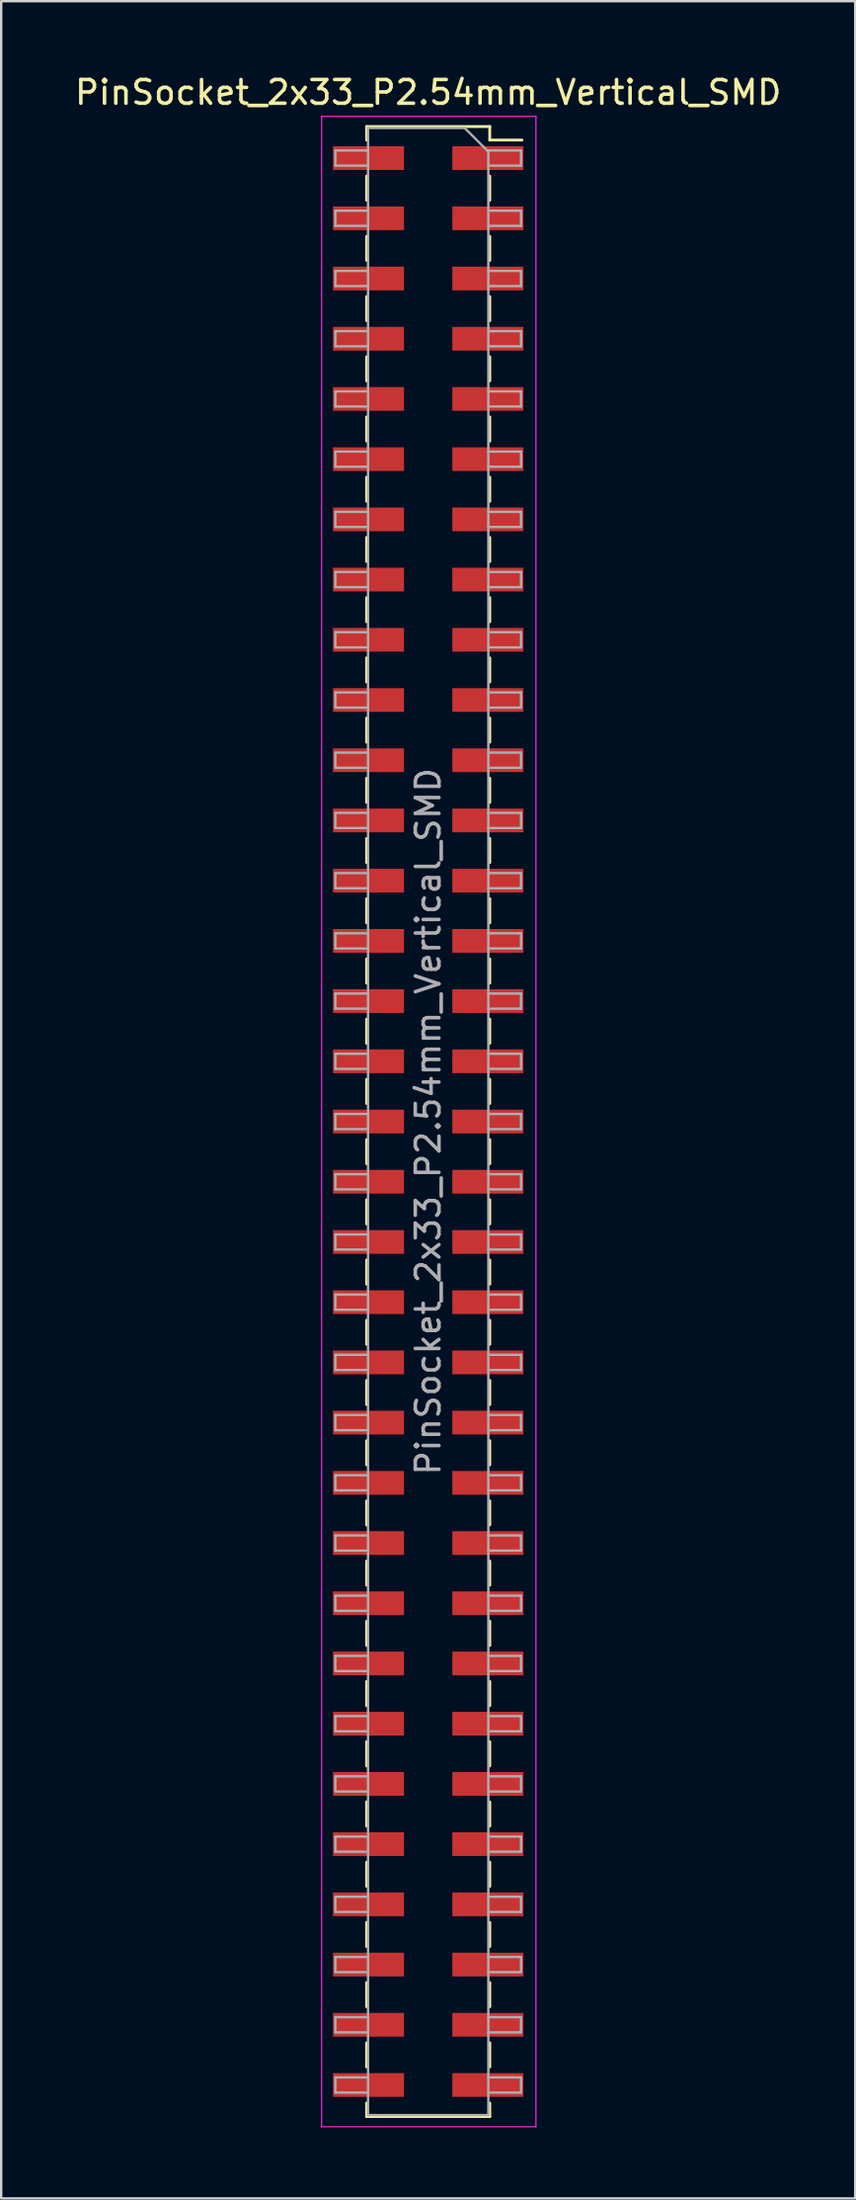
<source format=kicad_pcb>
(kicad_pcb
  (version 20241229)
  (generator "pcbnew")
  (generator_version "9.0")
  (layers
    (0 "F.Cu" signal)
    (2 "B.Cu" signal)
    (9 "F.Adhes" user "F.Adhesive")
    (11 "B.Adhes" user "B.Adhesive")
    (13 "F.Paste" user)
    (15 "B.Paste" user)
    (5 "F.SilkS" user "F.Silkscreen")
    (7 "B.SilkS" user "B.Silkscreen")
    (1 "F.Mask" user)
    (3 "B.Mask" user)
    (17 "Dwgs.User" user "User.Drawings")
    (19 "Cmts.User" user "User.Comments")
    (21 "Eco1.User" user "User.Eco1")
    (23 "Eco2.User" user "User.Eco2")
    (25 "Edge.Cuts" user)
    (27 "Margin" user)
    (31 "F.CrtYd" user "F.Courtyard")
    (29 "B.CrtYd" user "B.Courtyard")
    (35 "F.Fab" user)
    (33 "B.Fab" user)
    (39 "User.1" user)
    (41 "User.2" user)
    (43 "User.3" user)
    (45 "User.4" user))
  (footprint "PinSocket_2x33_P2.54mm_Vertical_SMD"
    (layer "F.Cu")
    (at 15.03 44.258)
    (property "Reference" "PinSocket_2x33_P2.54mm_Vertical_SMD" (at 0 -43.41 0) (layer "F.SilkS") (effects (font (size 1 1) (thickness 0.15))))
    (attr smd)
    (fp_line (start -2.6 -41.97) (end -2.6 -41.4) (stroke (width 0.12) (type solid)) (layer "F.SilkS"))
    (fp_line (start -2.6 -41.97) (end 2.6 -41.97) (stroke (width 0.12) (type solid)) (layer "F.SilkS"))
    (fp_line (start -2.6 -39.88) (end -2.6 -38.86) (stroke (width 0.12) (type solid)) (layer "F.SilkS"))
    (fp_line (start -2.6 -37.34) (end -2.6 -36.32) (stroke (width 0.12) (type solid)) (layer "F.SilkS"))
    (fp_line (start -2.6 -34.8) (end -2.6 -33.78) (stroke (width 0.12) (type solid)) (layer "F.SilkS"))
    (fp_line (start -2.6 -32.26) (end -2.6 -31.24) (stroke (width 0.12) (type solid)) (layer "F.SilkS"))
    (fp_line (start -2.6 -29.72) (end -2.6 -28.7) (stroke (width 0.12) (type solid)) (layer "F.SilkS"))
    (fp_line (start -2.6 -27.18) (end -2.6 -26.16) (stroke (width 0.12) (type solid)) (layer "F.SilkS"))
    (fp_line (start -2.6 -24.64) (end -2.6 -23.62) (stroke (width 0.12) (type solid)) (layer "F.SilkS"))
    (fp_line (start -2.6 -22.1) (end -2.6 -21.08) (stroke (width 0.12) (type solid)) (layer "F.SilkS"))
    (fp_line (start -2.6 -19.56) (end -2.6 -18.54) (stroke (width 0.12) (type solid)) (layer "F.SilkS"))
    (fp_line (start -2.6 -17.02) (end -2.6 -16) (stroke (width 0.12) (type solid)) (layer "F.SilkS"))
    (fp_line (start -2.6 -14.48) (end -2.6 -13.46) (stroke (width 0.12) (type solid)) (layer "F.SilkS"))
    (fp_line (start -2.6 -11.94) (end -2.6 -10.92) (stroke (width 0.12) (type solid)) (layer "F.SilkS"))
    (fp_line (start -2.6 -9.4) (end -2.6 -8.38) (stroke (width 0.12) (type solid)) (layer "F.SilkS"))
    (fp_line (start -2.6 -6.86) (end -2.6 -5.84) (stroke (width 0.12) (type solid)) (layer "F.SilkS"))
    (fp_line (start -2.6 -4.32) (end -2.6 -3.3) (stroke (width 0.12) (type solid)) (layer "F.SilkS"))
    (fp_line (start -2.6 -1.78) (end -2.6 -0.76) (stroke (width 0.12) (type solid)) (layer "F.SilkS"))
    (fp_line (start -2.6 0.76) (end -2.6 1.78) (stroke (width 0.12) (type solid)) (layer "F.SilkS"))
    (fp_line (start -2.6 3.3) (end -2.6 4.32) (stroke (width 0.12) (type solid)) (layer "F.SilkS"))
    (fp_line (start -2.6 5.84) (end -2.6 6.86) (stroke (width 0.12) (type solid)) (layer "F.SilkS"))
    (fp_line (start -2.6 8.38) (end -2.6 9.4) (stroke (width 0.12) (type solid)) (layer "F.SilkS"))
    (fp_line (start -2.6 10.92) (end -2.6 11.94) (stroke (width 0.12) (type solid)) (layer "F.SilkS"))
    (fp_line (start -2.6 13.46) (end -2.6 14.48) (stroke (width 0.12) (type solid)) (layer "F.SilkS"))
    (fp_line (start -2.6 16) (end -2.6 17.02) (stroke (width 0.12) (type solid)) (layer "F.SilkS"))
    (fp_line (start -2.6 18.54) (end -2.6 19.56) (stroke (width 0.12) (type solid)) (layer "F.SilkS"))
    (fp_line (start -2.6 21.08) (end -2.6 22.1) (stroke (width 0.12) (type solid)) (layer "F.SilkS"))
    (fp_line (start -2.6 23.62) (end -2.6 24.64) (stroke (width 0.12) (type solid)) (layer "F.SilkS"))
    (fp_line (start -2.6 26.16) (end -2.6 27.18) (stroke (width 0.12) (type solid)) (layer "F.SilkS"))
    (fp_line (start -2.6 28.7) (end -2.6 29.72) (stroke (width 0.12) (type solid)) (layer "F.SilkS"))
    (fp_line (start -2.6 31.24) (end -2.6 32.26) (stroke (width 0.12) (type solid)) (layer "F.SilkS"))
    (fp_line (start -2.6 33.78) (end -2.6 34.8) (stroke (width 0.12) (type solid)) (layer "F.SilkS"))
    (fp_line (start -2.6 36.32) (end -2.6 37.34) (stroke (width 0.12) (type solid)) (layer "F.SilkS"))
    (fp_line (start -2.6 38.86) (end -2.6 39.88) (stroke (width 0.12) (type solid)) (layer "F.SilkS"))
    (fp_line (start -2.6 41.4) (end -2.6 41.97) (stroke (width 0.12) (type solid)) (layer "F.SilkS"))
    (fp_line (start -2.6 41.97) (end 2.6 41.97) (stroke (width 0.12) (type solid)) (layer "F.SilkS"))
    (fp_line (start 2.6 -41.97) (end 2.6 -41.4) (stroke (width 0.12) (type solid)) (layer "F.SilkS"))
    (fp_line (start 2.6 -41.4) (end 3.96 -41.4) (stroke (width 0.12) (type solid)) (layer "F.SilkS"))
    (fp_line (start 2.6 -39.88) (end 2.6 -38.86) (stroke (width 0.12) (type solid)) (layer "F.SilkS"))
    (fp_line (start 2.6 -37.34) (end 2.6 -36.32) (stroke (width 0.12) (type solid)) (layer "F.SilkS"))
    (fp_line (start 2.6 -34.8) (end 2.6 -33.78) (stroke (width 0.12) (type solid)) (layer "F.SilkS"))
    (fp_line (start 2.6 -32.26) (end 2.6 -31.24) (stroke (width 0.12) (type solid)) (layer "F.SilkS"))
    (fp_line (start 2.6 -29.72) (end 2.6 -28.7) (stroke (width 0.12) (type solid)) (layer "F.SilkS"))
    (fp_line (start 2.6 -27.18) (end 2.6 -26.16) (stroke (width 0.12) (type solid)) (layer "F.SilkS"))
    (fp_line (start 2.6 -24.64) (end 2.6 -23.62) (stroke (width 0.12) (type solid)) (layer "F.SilkS"))
    (fp_line (start 2.6 -22.1) (end 2.6 -21.08) (stroke (width 0.12) (type solid)) (layer "F.SilkS"))
    (fp_line (start 2.6 -19.56) (end 2.6 -18.54) (stroke (width 0.12) (type solid)) (layer "F.SilkS"))
    (fp_line (start 2.6 -17.02) (end 2.6 -16) (stroke (width 0.12) (type solid)) (layer "F.SilkS"))
    (fp_line (start 2.6 -14.48) (end 2.6 -13.46) (stroke (width 0.12) (type solid)) (layer "F.SilkS"))
    (fp_line (start 2.6 -11.94) (end 2.6 -10.92) (stroke (width 0.12) (type solid)) (layer "F.SilkS"))
    (fp_line (start 2.6 -9.4) (end 2.6 -8.38) (stroke (width 0.12) (type solid)) (layer "F.SilkS"))
    (fp_line (start 2.6 -6.86) (end 2.6 -5.84) (stroke (width 0.12) (type solid)) (layer "F.SilkS"))
    (fp_line (start 2.6 -4.32) (end 2.6 -3.3) (stroke (width 0.12) (type solid)) (layer "F.SilkS"))
    (fp_line (start 2.6 -1.78) (end 2.6 -0.76) (stroke (width 0.12) (type solid)) (layer "F.SilkS"))
    (fp_line (start 2.6 0.76) (end 2.6 1.78) (stroke (width 0.12) (type solid)) (layer "F.SilkS"))
    (fp_line (start 2.6 3.3) (end 2.6 4.32) (stroke (width 0.12) (type solid)) (layer "F.SilkS"))
    (fp_line (start 2.6 5.84) (end 2.6 6.86) (stroke (width 0.12) (type solid)) (layer "F.SilkS"))
    (fp_line (start 2.6 8.38) (end 2.6 9.4) (stroke (width 0.12) (type solid)) (layer "F.SilkS"))
    (fp_line (start 2.6 10.92) (end 2.6 11.94) (stroke (width 0.12) (type solid)) (layer "F.SilkS"))
    (fp_line (start 2.6 13.46) (end 2.6 14.48) (stroke (width 0.12) (type solid)) (layer "F.SilkS"))
    (fp_line (start 2.6 16) (end 2.6 17.02) (stroke (width 0.12) (type solid)) (layer "F.SilkS"))
    (fp_line (start 2.6 18.54) (end 2.6 19.56) (stroke (width 0.12) (type solid)) (layer "F.SilkS"))
    (fp_line (start 2.6 21.08) (end 2.6 22.1) (stroke (width 0.12) (type solid)) (layer "F.SilkS"))
    (fp_line (start 2.6 23.62) (end 2.6 24.64) (stroke (width 0.12) (type solid)) (layer "F.SilkS"))
    (fp_line (start 2.6 26.16) (end 2.6 27.18) (stroke (width 0.12) (type solid)) (layer "F.SilkS"))
    (fp_line (start 2.6 28.7) (end 2.6 29.72) (stroke (width 0.12) (type solid)) (layer "F.SilkS"))
    (fp_line (start 2.6 31.24) (end 2.6 32.26) (stroke (width 0.12) (type solid)) (layer "F.SilkS"))
    (fp_line (start 2.6 33.78) (end 2.6 34.8) (stroke (width 0.12) (type solid)) (layer "F.SilkS"))
    (fp_line (start 2.6 36.32) (end 2.6 37.34) (stroke (width 0.12) (type solid)) (layer "F.SilkS"))
    (fp_line (start 2.6 38.86) (end 2.6 39.88) (stroke (width 0.12) (type solid)) (layer "F.SilkS"))
    (fp_line (start 2.6 41.4) (end 2.6 41.97) (stroke (width 0.12) (type solid)) (layer "F.SilkS"))
    (fp_line (start -4.5 -42.4) (end 4.55 -42.4) (stroke (width 0.05) (type solid)) (layer "F.CrtYd"))
    (fp_line (start -4.5 42.4) (end -4.5 -42.4) (stroke (width 0.05) (type solid)) (layer "F.CrtYd"))
    (fp_line (start 4.55 -42.4) (end 4.55 42.4) (stroke (width 0.05) (type solid)) (layer "F.CrtYd"))
    (fp_line (start 4.55 42.4) (end -4.5 42.4) (stroke (width 0.05) (type solid)) (layer "F.CrtYd"))
    (fp_line (start -3.92 -40.96) (end -2.54 -40.96) (stroke (width 0.1) (type solid)) (layer "F.Fab"))
    (fp_line (start -3.92 -40.32) (end -3.92 -40.96) (stroke (width 0.1) (type solid)) (layer "F.Fab"))
    (fp_line (start -3.92 -38.42) (end -2.54 -38.42) (stroke (width 0.1) (type solid)) (layer "F.Fab"))
    (fp_line (start -3.92 -37.78) (end -3.92 -38.42) (stroke (width 0.1) (type solid)) (layer "F.Fab"))
    (fp_line (start -3.92 -35.88) (end -2.54 -35.88) (stroke (width 0.1) (type solid)) (layer "F.Fab"))
    (fp_line (start -3.92 -35.24) (end -3.92 -35.88) (stroke (width 0.1) (type solid)) (layer "F.Fab"))
    (fp_line (start -3.92 -33.34) (end -2.54 -33.34) (stroke (width 0.1) (type solid)) (layer "F.Fab"))
    (fp_line (start -3.92 -32.7) (end -3.92 -33.34) (stroke (width 0.1) (type solid)) (layer "F.Fab"))
    (fp_line (start -3.92 -30.8) (end -2.54 -30.8) (stroke (width 0.1) (type solid)) (layer "F.Fab"))
    (fp_line (start -3.92 -30.16) (end -3.92 -30.8) (stroke (width 0.1) (type solid)) (layer "F.Fab"))
    (fp_line (start -3.92 -28.26) (end -2.54 -28.26) (stroke (width 0.1) (type solid)) (layer "F.Fab"))
    (fp_line (start -3.92 -27.62) (end -3.92 -28.26) (stroke (width 0.1) (type solid)) (layer "F.Fab"))
    (fp_line (start -3.92 -25.72) (end -2.54 -25.72) (stroke (width 0.1) (type solid)) (layer "F.Fab"))
    (fp_line (start -3.92 -25.08) (end -3.92 -25.72) (stroke (width 0.1) (type solid)) (layer "F.Fab"))
    (fp_line (start -3.92 -23.18) (end -2.54 -23.18) (stroke (width 0.1) (type solid)) (layer "F.Fab"))
    (fp_line (start -3.92 -22.54) (end -3.92 -23.18) (stroke (width 0.1) (type solid)) (layer "F.Fab"))
    (fp_line (start -3.92 -20.64) (end -2.54 -20.64) (stroke (width 0.1) (type solid)) (layer "F.Fab"))
    (fp_line (start -3.92 -20) (end -3.92 -20.64) (stroke (width 0.1) (type solid)) (layer "F.Fab"))
    (fp_line (start -3.92 -18.1) (end -2.54 -18.1) (stroke (width 0.1) (type solid)) (layer "F.Fab"))
    (fp_line (start -3.92 -17.46) (end -3.92 -18.1) (stroke (width 0.1) (type solid)) (layer "F.Fab"))
    (fp_line (start -3.92 -15.56) (end -2.54 -15.56) (stroke (width 0.1) (type solid)) (layer "F.Fab"))
    (fp_line (start -3.92 -14.92) (end -3.92 -15.56) (stroke (width 0.1) (type solid)) (layer "F.Fab"))
    (fp_line (start -3.92 -13.02) (end -2.54 -13.02) (stroke (width 0.1) (type solid)) (layer "F.Fab"))
    (fp_line (start -3.92 -12.38) (end -3.92 -13.02) (stroke (width 0.1) (type solid)) (layer "F.Fab"))
    (fp_line (start -3.92 -10.48) (end -2.54 -10.48) (stroke (width 0.1) (type solid)) (layer "F.Fab"))
    (fp_line (start -3.92 -9.84) (end -3.92 -10.48) (stroke (width 0.1) (type solid)) (layer "F.Fab"))
    (fp_line (start -3.92 -7.94) (end -2.54 -7.94) (stroke (width 0.1) (type solid)) (layer "F.Fab"))
    (fp_line (start -3.92 -7.3) (end -3.92 -7.94) (stroke (width 0.1) (type solid)) (layer "F.Fab"))
    (fp_line (start -3.92 -5.4) (end -2.54 -5.4) (stroke (width 0.1) (type solid)) (layer "F.Fab"))
    (fp_line (start -3.92 -4.76) (end -3.92 -5.4) (stroke (width 0.1) (type solid)) (layer "F.Fab"))
    (fp_line (start -3.92 -2.86) (end -2.54 -2.86) (stroke (width 0.1) (type solid)) (layer "F.Fab"))
    (fp_line (start -3.92 -2.22) (end -3.92 -2.86) (stroke (width 0.1) (type solid)) (layer "F.Fab"))
    (fp_line (start -3.92 -0.32) (end -2.54 -0.32) (stroke (width 0.1) (type solid)) (layer "F.Fab"))
    (fp_line (start -3.92 0.32) (end -3.92 -0.32) (stroke (width 0.1) (type solid)) (layer "F.Fab"))
    (fp_line (start -3.92 2.22) (end -2.54 2.22) (stroke (width 0.1) (type solid)) (layer "F.Fab"))
    (fp_line (start -3.92 2.86) (end -3.92 2.22) (stroke (width 0.1) (type solid)) (layer "F.Fab"))
    (fp_line (start -3.92 4.76) (end -2.54 4.76) (stroke (width 0.1) (type solid)) (layer "F.Fab"))
    (fp_line (start -3.92 5.4) (end -3.92 4.76) (stroke (width 0.1) (type solid)) (layer "F.Fab"))
    (fp_line (start -3.92 7.3) (end -2.54 7.3) (stroke (width 0.1) (type solid)) (layer "F.Fab"))
    (fp_line (start -3.92 7.94) (end -3.92 7.3) (stroke (width 0.1) (type solid)) (layer "F.Fab"))
    (fp_line (start -3.92 9.84) (end -2.54 9.84) (stroke (width 0.1) (type solid)) (layer "F.Fab"))
    (fp_line (start -3.92 10.48) (end -3.92 9.84) (stroke (width 0.1) (type solid)) (layer "F.Fab"))
    (fp_line (start -3.92 12.38) (end -2.54 12.38) (stroke (width 0.1) (type solid)) (layer "F.Fab"))
    (fp_line (start -3.92 13.02) (end -3.92 12.38) (stroke (width 0.1) (type solid)) (layer "F.Fab"))
    (fp_line (start -3.92 14.92) (end -2.54 14.92) (stroke (width 0.1) (type solid)) (layer "F.Fab"))
    (fp_line (start -3.92 15.56) (end -3.92 14.92) (stroke (width 0.1) (type solid)) (layer "F.Fab"))
    (fp_line (start -3.92 17.46) (end -2.54 17.46) (stroke (width 0.1) (type solid)) (layer "F.Fab"))
    (fp_line (start -3.92 18.1) (end -3.92 17.46) (stroke (width 0.1) (type solid)) (layer "F.Fab"))
    (fp_line (start -3.92 20) (end -2.54 20) (stroke (width 0.1) (type solid)) (layer "F.Fab"))
    (fp_line (start -3.92 20.64) (end -3.92 20) (stroke (width 0.1) (type solid)) (layer "F.Fab"))
    (fp_line (start -3.92 22.54) (end -2.54 22.54) (stroke (width 0.1) (type solid)) (layer "F.Fab"))
    (fp_line (start -3.92 23.18) (end -3.92 22.54) (stroke (width 0.1) (type solid)) (layer "F.Fab"))
    (fp_line (start -3.92 25.08) (end -2.54 25.08) (stroke (width 0.1) (type solid)) (layer "F.Fab"))
    (fp_line (start -3.92 25.72) (end -3.92 25.08) (stroke (width 0.1) (type solid)) (layer "F.Fab"))
    (fp_line (start -3.92 27.62) (end -2.54 27.62) (stroke (width 0.1) (type solid)) (layer "F.Fab"))
    (fp_line (start -3.92 28.26) (end -3.92 27.62) (stroke (width 0.1) (type solid)) (layer "F.Fab"))
    (fp_line (start -3.92 30.16) (end -2.54 30.16) (stroke (width 0.1) (type solid)) (layer "F.Fab"))
    (fp_line (start -3.92 30.8) (end -3.92 30.16) (stroke (width 0.1) (type solid)) (layer "F.Fab"))
    (fp_line (start -3.92 32.7) (end -2.54 32.7) (stroke (width 0.1) (type solid)) (layer "F.Fab"))
    (fp_line (start -3.92 33.34) (end -3.92 32.7) (stroke (width 0.1) (type solid)) (layer "F.Fab"))
    (fp_line (start -3.92 35.24) (end -2.54 35.24) (stroke (width 0.1) (type solid)) (layer "F.Fab"))
    (fp_line (start -3.92 35.88) (end -3.92 35.24) (stroke (width 0.1) (type solid)) (layer "F.Fab"))
    (fp_line (start -3.92 37.78) (end -2.54 37.78) (stroke (width 0.1) (type solid)) (layer "F.Fab"))
    (fp_line (start -3.92 38.42) (end -3.92 37.78) (stroke (width 0.1) (type solid)) (layer "F.Fab"))
    (fp_line (start -3.92 40.32) (end -2.54 40.32) (stroke (width 0.1) (type solid)) (layer "F.Fab"))
    (fp_line (start -3.92 40.96) (end -3.92 40.32) (stroke (width 0.1) (type solid)) (layer "F.Fab"))
    (fp_line (start -2.54 -41.91) (end 1.54 -41.91) (stroke (width 0.1) (type solid)) (layer "F.Fab"))
    (fp_line (start -2.54 -40.32) (end -3.92 -40.32) (stroke (width 0.1) (type solid)) (layer "F.Fab"))
    (fp_line (start -2.54 -37.78) (end -3.92 -37.78) (stroke (width 0.1) (type solid)) (layer "F.Fab"))
    (fp_line (start -2.54 -35.24) (end -3.92 -35.24) (stroke (width 0.1) (type solid)) (layer "F.Fab"))
    (fp_line (start -2.54 -32.7) (end -3.92 -32.7) (stroke (width 0.1) (type solid)) (layer "F.Fab"))
    (fp_line (start -2.54 -30.16) (end -3.92 -30.16) (stroke (width 0.1) (type solid)) (layer "F.Fab"))
    (fp_line (start -2.54 -27.62) (end -3.92 -27.62) (stroke (width 0.1) (type solid)) (layer "F.Fab"))
    (fp_line (start -2.54 -25.08) (end -3.92 -25.08) (stroke (width 0.1) (type solid)) (layer "F.Fab"))
    (fp_line (start -2.54 -22.54) (end -3.92 -22.54) (stroke (width 0.1) (type solid)) (layer "F.Fab"))
    (fp_line (start -2.54 -20) (end -3.92 -20) (stroke (width 0.1) (type solid)) (layer "F.Fab"))
    (fp_line (start -2.54 -17.46) (end -3.92 -17.46) (stroke (width 0.1) (type solid)) (layer "F.Fab"))
    (fp_line (start -2.54 -14.92) (end -3.92 -14.92) (stroke (width 0.1) (type solid)) (layer "F.Fab"))
    (fp_line (start -2.54 -12.38) (end -3.92 -12.38) (stroke (width 0.1) (type solid)) (layer "F.Fab"))
    (fp_line (start -2.54 -9.84) (end -3.92 -9.84) (stroke (width 0.1) (type solid)) (layer "F.Fab"))
    (fp_line (start -2.54 -7.3) (end -3.92 -7.3) (stroke (width 0.1) (type solid)) (layer "F.Fab"))
    (fp_line (start -2.54 -4.76) (end -3.92 -4.76) (stroke (width 0.1) (type solid)) (layer "F.Fab"))
    (fp_line (start -2.54 -2.22) (end -3.92 -2.22) (stroke (width 0.1) (type solid)) (layer "F.Fab"))
    (fp_line (start -2.54 0.32) (end -3.92 0.32) (stroke (width 0.1) (type solid)) (layer "F.Fab"))
    (fp_line (start -2.54 2.86) (end -3.92 2.86) (stroke (width 0.1) (type solid)) (layer "F.Fab"))
    (fp_line (start -2.54 5.4) (end -3.92 5.4) (stroke (width 0.1) (type solid)) (layer "F.Fab"))
    (fp_line (start -2.54 7.94) (end -3.92 7.94) (stroke (width 0.1) (type solid)) (layer "F.Fab"))
    (fp_line (start -2.54 10.48) (end -3.92 10.48) (stroke (width 0.1) (type solid)) (layer "F.Fab"))
    (fp_line (start -2.54 13.02) (end -3.92 13.02) (stroke (width 0.1) (type solid)) (layer "F.Fab"))
    (fp_line (start -2.54 15.56) (end -3.92 15.56) (stroke (width 0.1) (type solid)) (layer "F.Fab"))
    (fp_line (start -2.54 18.1) (end -3.92 18.1) (stroke (width 0.1) (type solid)) (layer "F.Fab"))
    (fp_line (start -2.54 20.64) (end -3.92 20.64) (stroke (width 0.1) (type solid)) (layer "F.Fab"))
    (fp_line (start -2.54 23.18) (end -3.92 23.18) (stroke (width 0.1) (type solid)) (layer "F.Fab"))
    (fp_line (start -2.54 25.72) (end -3.92 25.72) (stroke (width 0.1) (type solid)) (layer "F.Fab"))
    (fp_line (start -2.54 28.26) (end -3.92 28.26) (stroke (width 0.1) (type solid)) (layer "F.Fab"))
    (fp_line (start -2.54 30.8) (end -3.92 30.8) (stroke (width 0.1) (type solid)) (layer "F.Fab"))
    (fp_line (start -2.54 33.34) (end -3.92 33.34) (stroke (width 0.1) (type solid)) (layer "F.Fab"))
    (fp_line (start -2.54 35.88) (end -3.92 35.88) (stroke (width 0.1) (type solid)) (layer "F.Fab"))
    (fp_line (start -2.54 38.42) (end -3.92 38.42) (stroke (width 0.1) (type solid)) (layer "F.Fab"))
    (fp_line (start -2.54 40.96) (end -3.92 40.96) (stroke (width 0.1) (type solid)) (layer "F.Fab"))
    (fp_line (start -2.54 41.91) (end -2.54 -41.91) (stroke (width 0.1) (type solid)) (layer "F.Fab"))
    (fp_line (start 1.54 -41.91) (end 2.54 -40.91) (stroke (width 0.1) (type solid)) (layer "F.Fab"))
    (fp_line (start 2.54 -40.96) (end 3.92 -40.96) (stroke (width 0.1) (type solid)) (layer "F.Fab"))
    (fp_line (start 2.54 -40.91) (end 2.54 41.91) (stroke (width 0.1) (type solid)) (layer "F.Fab"))
    (fp_line (start 2.54 -38.42) (end 3.92 -38.42) (stroke (width 0.1) (type solid)) (layer "F.Fab"))
    (fp_line (start 2.54 -35.88) (end 3.92 -35.88) (stroke (width 0.1) (type solid)) (layer "F.Fab"))
    (fp_line (start 2.54 -33.34) (end 3.92 -33.34) (stroke (width 0.1) (type solid)) (layer "F.Fab"))
    (fp_line (start 2.54 -30.8) (end 3.92 -30.8) (stroke (width 0.1) (type solid)) (layer "F.Fab"))
    (fp_line (start 2.54 -28.26) (end 3.92 -28.26) (stroke (width 0.1) (type solid)) (layer "F.Fab"))
    (fp_line (start 2.54 -25.72) (end 3.92 -25.72) (stroke (width 0.1) (type solid)) (layer "F.Fab"))
    (fp_line (start 2.54 -23.18) (end 3.92 -23.18) (stroke (width 0.1) (type solid)) (layer "F.Fab"))
    (fp_line (start 2.54 -20.64) (end 3.92 -20.64) (stroke (width 0.1) (type solid)) (layer "F.Fab"))
    (fp_line (start 2.54 -18.1) (end 3.92 -18.1) (stroke (width 0.1) (type solid)) (layer "F.Fab"))
    (fp_line (start 2.54 -15.56) (end 3.92 -15.56) (stroke (width 0.1) (type solid)) (layer "F.Fab"))
    (fp_line (start 2.54 -13.02) (end 3.92 -13.02) (stroke (width 0.1) (type solid)) (layer "F.Fab"))
    (fp_line (start 2.54 -10.48) (end 3.92 -10.48) (stroke (width 0.1) (type solid)) (layer "F.Fab"))
    (fp_line (start 2.54 -7.94) (end 3.92 -7.94) (stroke (width 0.1) (type solid)) (layer "F.Fab"))
    (fp_line (start 2.54 -5.4) (end 3.92 -5.4) (stroke (width 0.1) (type solid)) (layer "F.Fab"))
    (fp_line (start 2.54 -2.86) (end 3.92 -2.86) (stroke (width 0.1) (type solid)) (layer "F.Fab"))
    (fp_line (start 2.54 -0.32) (end 3.92 -0.32) (stroke (width 0.1) (type solid)) (layer "F.Fab"))
    (fp_line (start 2.54 2.22) (end 3.92 2.22) (stroke (width 0.1) (type solid)) (layer "F.Fab"))
    (fp_line (start 2.54 4.76) (end 3.92 4.76) (stroke (width 0.1) (type solid)) (layer "F.Fab"))
    (fp_line (start 2.54 7.3) (end 3.92 7.3) (stroke (width 0.1) (type solid)) (layer "F.Fab"))
    (fp_line (start 2.54 9.84) (end 3.92 9.84) (stroke (width 0.1) (type solid)) (layer "F.Fab"))
    (fp_line (start 2.54 12.38) (end 3.92 12.38) (stroke (width 0.1) (type solid)) (layer "F.Fab"))
    (fp_line (start 2.54 14.92) (end 3.92 14.92) (stroke (width 0.1) (type solid)) (layer "F.Fab"))
    (fp_line (start 2.54 17.46) (end 3.92 17.46) (stroke (width 0.1) (type solid)) (layer "F.Fab"))
    (fp_line (start 2.54 20) (end 3.92 20) (stroke (width 0.1) (type solid)) (layer "F.Fab"))
    (fp_line (start 2.54 22.54) (end 3.92 22.54) (stroke (width 0.1) (type solid)) (layer "F.Fab"))
    (fp_line (start 2.54 25.08) (end 3.92 25.08) (stroke (width 0.1) (type solid)) (layer "F.Fab"))
    (fp_line (start 2.54 27.62) (end 3.92 27.62) (stroke (width 0.1) (type solid)) (layer "F.Fab"))
    (fp_line (start 2.54 30.16) (end 3.92 30.16) (stroke (width 0.1) (type solid)) (layer "F.Fab"))
    (fp_line (start 2.54 32.7) (end 3.92 32.7) (stroke (width 0.1) (type solid)) (layer "F.Fab"))
    (fp_line (start 2.54 35.24) (end 3.92 35.24) (stroke (width 0.1) (type solid)) (layer "F.Fab"))
    (fp_line (start 2.54 37.78) (end 3.92 37.78) (stroke (width 0.1) (type solid)) (layer "F.Fab"))
    (fp_line (start 2.54 40.32) (end 3.92 40.32) (stroke (width 0.1) (type solid)) (layer "F.Fab"))
    (fp_line (start 2.54 41.91) (end -2.54 41.91) (stroke (width 0.1) (type solid)) (layer "F.Fab"))
    (fp_line (start 3.92 -40.96) (end 3.92 -40.32) (stroke (width 0.1) (type solid)) (layer "F.Fab"))
    (fp_line (start 3.92 -40.32) (end 2.54 -40.32) (stroke (width 0.1) (type solid)) (layer "F.Fab"))
    (fp_line (start 3.92 -38.42) (end 3.92 -37.78) (stroke (width 0.1) (type solid)) (layer "F.Fab"))
    (fp_line (start 3.92 -37.78) (end 2.54 -37.78) (stroke (width 0.1) (type solid)) (layer "F.Fab"))
    (fp_line (start 3.92 -35.88) (end 3.92 -35.24) (stroke (width 0.1) (type solid)) (layer "F.Fab"))
    (fp_line (start 3.92 -35.24) (end 2.54 -35.24) (stroke (width 0.1) (type solid)) (layer "F.Fab"))
    (fp_line (start 3.92 -33.34) (end 3.92 -32.7) (stroke (width 0.1) (type solid)) (layer "F.Fab"))
    (fp_line (start 3.92 -32.7) (end 2.54 -32.7) (stroke (width 0.1) (type solid)) (layer "F.Fab"))
    (fp_line (start 3.92 -30.8) (end 3.92 -30.16) (stroke (width 0.1) (type solid)) (layer "F.Fab"))
    (fp_line (start 3.92 -30.16) (end 2.54 -30.16) (stroke (width 0.1) (type solid)) (layer "F.Fab"))
    (fp_line (start 3.92 -28.26) (end 3.92 -27.62) (stroke (width 0.1) (type solid)) (layer "F.Fab"))
    (fp_line (start 3.92 -27.62) (end 2.54 -27.62) (stroke (width 0.1) (type solid)) (layer "F.Fab"))
    (fp_line (start 3.92 -25.72) (end 3.92 -25.08) (stroke (width 0.1) (type solid)) (layer "F.Fab"))
    (fp_line (start 3.92 -25.08) (end 2.54 -25.08) (stroke (width 0.1) (type solid)) (layer "F.Fab"))
    (fp_line (start 3.92 -23.18) (end 3.92 -22.54) (stroke (width 0.1) (type solid)) (layer "F.Fab"))
    (fp_line (start 3.92 -22.54) (end 2.54 -22.54) (stroke (width 0.1) (type solid)) (layer "F.Fab"))
    (fp_line (start 3.92 -20.64) (end 3.92 -20) (stroke (width 0.1) (type solid)) (layer "F.Fab"))
    (fp_line (start 3.92 -20) (end 2.54 -20) (stroke (width 0.1) (type solid)) (layer "F.Fab"))
    (fp_line (start 3.92 -18.1) (end 3.92 -17.46) (stroke (width 0.1) (type solid)) (layer "F.Fab"))
    (fp_line (start 3.92 -17.46) (end 2.54 -17.46) (stroke (width 0.1) (type solid)) (layer "F.Fab"))
    (fp_line (start 3.92 -15.56) (end 3.92 -14.92) (stroke (width 0.1) (type solid)) (layer "F.Fab"))
    (fp_line (start 3.92 -14.92) (end 2.54 -14.92) (stroke (width 0.1) (type solid)) (layer "F.Fab"))
    (fp_line (start 3.92 -13.02) (end 3.92 -12.38) (stroke (width 0.1) (type solid)) (layer "F.Fab"))
    (fp_line (start 3.92 -12.38) (end 2.54 -12.38) (stroke (width 0.1) (type solid)) (layer "F.Fab"))
    (fp_line (start 3.92 -10.48) (end 3.92 -9.84) (stroke (width 0.1) (type solid)) (layer "F.Fab"))
    (fp_line (start 3.92 -9.84) (end 2.54 -9.84) (stroke (width 0.1) (type solid)) (layer "F.Fab"))
    (fp_line (start 3.92 -7.94) (end 3.92 -7.3) (stroke (width 0.1) (type solid)) (layer "F.Fab"))
    (fp_line (start 3.92 -7.3) (end 2.54 -7.3) (stroke (width 0.1) (type solid)) (layer "F.Fab"))
    (fp_line (start 3.92 -5.4) (end 3.92 -4.76) (stroke (width 0.1) (type solid)) (layer "F.Fab"))
    (fp_line (start 3.92 -4.76) (end 2.54 -4.76) (stroke (width 0.1) (type solid)) (layer "F.Fab"))
    (fp_line (start 3.92 -2.86) (end 3.92 -2.22) (stroke (width 0.1) (type solid)) (layer "F.Fab"))
    (fp_line (start 3.92 -2.22) (end 2.54 -2.22) (stroke (width 0.1) (type solid)) (layer "F.Fab"))
    (fp_line (start 3.92 -0.32) (end 3.92 0.32) (stroke (width 0.1) (type solid)) (layer "F.Fab"))
    (fp_line (start 3.92 0.32) (end 2.54 0.32) (stroke (width 0.1) (type solid)) (layer "F.Fab"))
    (fp_line (start 3.92 2.22) (end 3.92 2.86) (stroke (width 0.1) (type solid)) (layer "F.Fab"))
    (fp_line (start 3.92 2.86) (end 2.54 2.86) (stroke (width 0.1) (type solid)) (layer "F.Fab"))
    (fp_line (start 3.92 4.76) (end 3.92 5.4) (stroke (width 0.1) (type solid)) (layer "F.Fab"))
    (fp_line (start 3.92 5.4) (end 2.54 5.4) (stroke (width 0.1) (type solid)) (layer "F.Fab"))
    (fp_line (start 3.92 7.3) (end 3.92 7.94) (stroke (width 0.1) (type solid)) (layer "F.Fab"))
    (fp_line (start 3.92 7.94) (end 2.54 7.94) (stroke (width 0.1) (type solid)) (layer "F.Fab"))
    (fp_line (start 3.92 9.84) (end 3.92 10.48) (stroke (width 0.1) (type solid)) (layer "F.Fab"))
    (fp_line (start 3.92 10.48) (end 2.54 10.48) (stroke (width 0.1) (type solid)) (layer "F.Fab"))
    (fp_line (start 3.92 12.38) (end 3.92 13.02) (stroke (width 0.1) (type solid)) (layer "F.Fab"))
    (fp_line (start 3.92 13.02) (end 2.54 13.02) (stroke (width 0.1) (type solid)) (layer "F.Fab"))
    (fp_line (start 3.92 14.92) (end 3.92 15.56) (stroke (width 0.1) (type solid)) (layer "F.Fab"))
    (fp_line (start 3.92 15.56) (end 2.54 15.56) (stroke (width 0.1) (type solid)) (layer "F.Fab"))
    (fp_line (start 3.92 17.46) (end 3.92 18.1) (stroke (width 0.1) (type solid)) (layer "F.Fab"))
    (fp_line (start 3.92 18.1) (end 2.54 18.1) (stroke (width 0.1) (type solid)) (layer "F.Fab"))
    (fp_line (start 3.92 20) (end 3.92 20.64) (stroke (width 0.1) (type solid)) (layer "F.Fab"))
    (fp_line (start 3.92 20.64) (end 2.54 20.64) (stroke (width 0.1) (type solid)) (layer "F.Fab"))
    (fp_line (start 3.92 22.54) (end 3.92 23.18) (stroke (width 0.1) (type solid)) (layer "F.Fab"))
    (fp_line (start 3.92 23.18) (end 2.54 23.18) (stroke (width 0.1) (type solid)) (layer "F.Fab"))
    (fp_line (start 3.92 25.08) (end 3.92 25.72) (stroke (width 0.1) (type solid)) (layer "F.Fab"))
    (fp_line (start 3.92 25.72) (end 2.54 25.72) (stroke (width 0.1) (type solid)) (layer "F.Fab"))
    (fp_line (start 3.92 27.62) (end 3.92 28.26) (stroke (width 0.1) (type solid)) (layer "F.Fab"))
    (fp_line (start 3.92 28.26) (end 2.54 28.26) (stroke (width 0.1) (type solid)) (layer "F.Fab"))
    (fp_line (start 3.92 30.16) (end 3.92 30.8) (stroke (width 0.1) (type solid)) (layer "F.Fab"))
    (fp_line (start 3.92 30.8) (end 2.54 30.8) (stroke (width 0.1) (type solid)) (layer "F.Fab"))
    (fp_line (start 3.92 32.7) (end 3.92 33.34) (stroke (width 0.1) (type solid)) (layer "F.Fab"))
    (fp_line (start 3.92 33.34) (end 2.54 33.34) (stroke (width 0.1) (type solid)) (layer "F.Fab"))
    (fp_line (start 3.92 35.24) (end 3.92 35.88) (stroke (width 0.1) (type solid)) (layer "F.Fab"))
    (fp_line (start 3.92 35.88) (end 2.54 35.88) (stroke (width 0.1) (type solid)) (layer "F.Fab"))
    (fp_line (start 3.92 37.78) (end 3.92 38.42) (stroke (width 0.1) (type solid)) (layer "F.Fab"))
    (fp_line (start 3.92 38.42) (end 2.54 38.42) (stroke (width 0.1) (type solid)) (layer "F.Fab"))
    (fp_line (start 3.92 40.32) (end 3.92 40.96) (stroke (width 0.1) (type solid)) (layer "F.Fab"))
    (fp_line (start 3.92 40.96) (end 2.54 40.96) (stroke (width 0.1) (type solid)) (layer "F.Fab"))
    (fp_text user "${REFERENCE}" (at 0 0 90) (layer "F.Fab") (effects (font (size 1 1) (thickness 0.15))))
    (pad "1" smd rect (at 2.52 -40.64) (size 3 1) (layers "F.Cu" "F.Mask" "F.Paste"))
    (pad "2" smd rect (at -2.52 -40.64) (size 3 1) (layers "F.Cu" "F.Mask" "F.Paste"))
    (pad "3" smd rect (at 2.52 -38.1) (size 3 1) (layers "F.Cu" "F.Mask" "F.Paste"))
    (pad "4" smd rect (at -2.52 -38.1) (size 3 1) (layers "F.Cu" "F.Mask" "F.Paste"))
    (pad "5" smd rect (at 2.52 -35.56) (size 3 1) (layers "F.Cu" "F.Mask" "F.Paste"))
    (pad "6" smd rect (at -2.52 -35.56) (size 3 1) (layers "F.Cu" "F.Mask" "F.Paste"))
    (pad "7" smd rect (at 2.52 -33.02) (size 3 1) (layers "F.Cu" "F.Mask" "F.Paste"))
    (pad "8" smd rect (at -2.52 -33.02) (size 3 1) (layers "F.Cu" "F.Mask" "F.Paste"))
    (pad "9" smd rect (at 2.52 -30.48) (size 3 1) (layers "F.Cu" "F.Mask" "F.Paste"))
    (pad "10" smd rect (at -2.52 -30.48) (size 3 1) (layers "F.Cu" "F.Mask" "F.Paste"))
    (pad "11" smd rect (at 2.52 -27.94) (size 3 1) (layers "F.Cu" "F.Mask" "F.Paste"))
    (pad "12" smd rect (at -2.52 -27.94) (size 3 1) (layers "F.Cu" "F.Mask" "F.Paste"))
    (pad "13" smd rect (at 2.52 -25.4) (size 3 1) (layers "F.Cu" "F.Mask" "F.Paste"))
    (pad "14" smd rect (at -2.52 -25.4) (size 3 1) (layers "F.Cu" "F.Mask" "F.Paste"))
    (pad "15" smd rect (at 2.52 -22.86) (size 3 1) (layers "F.Cu" "F.Mask" "F.Paste"))
    (pad "16" smd rect (at -2.52 -22.86) (size 3 1) (layers "F.Cu" "F.Mask" "F.Paste"))
    (pad "17" smd rect (at 2.52 -20.32) (size 3 1) (layers "F.Cu" "F.Mask" "F.Paste"))
    (pad "18" smd rect (at -2.52 -20.32) (size 3 1) (layers "F.Cu" "F.Mask" "F.Paste"))
    (pad "19" smd rect (at 2.52 -17.78) (size 3 1) (layers "F.Cu" "F.Mask" "F.Paste"))
    (pad "20" smd rect (at -2.52 -17.78) (size 3 1) (layers "F.Cu" "F.Mask" "F.Paste"))
    (pad "21" smd rect (at 2.52 -15.24) (size 3 1) (layers "F.Cu" "F.Mask" "F.Paste"))
    (pad "22" smd rect (at -2.52 -15.24) (size 3 1) (layers "F.Cu" "F.Mask" "F.Paste"))
    (pad "23" smd rect (at 2.52 -12.7) (size 3 1) (layers "F.Cu" "F.Mask" "F.Paste"))
    (pad "24" smd rect (at -2.52 -12.7) (size 3 1) (layers "F.Cu" "F.Mask" "F.Paste"))
    (pad "25" smd rect (at 2.52 -10.16) (size 3 1) (layers "F.Cu" "F.Mask" "F.Paste"))
    (pad "26" smd rect (at -2.52 -10.16) (size 3 1) (layers "F.Cu" "F.Mask" "F.Paste"))
    (pad "27" smd rect (at 2.52 -7.62) (size 3 1) (layers "F.Cu" "F.Mask" "F.Paste"))
    (pad "28" smd rect (at -2.52 -7.62) (size 3 1) (layers "F.Cu" "F.Mask" "F.Paste"))
    (pad "29" smd rect (at 2.52 -5.08) (size 3 1) (layers "F.Cu" "F.Mask" "F.Paste"))
    (pad "30" smd rect (at -2.52 -5.08) (size 3 1) (layers "F.Cu" "F.Mask" "F.Paste"))
    (pad "31" smd rect (at 2.52 -2.54) (size 3 1) (layers "F.Cu" "F.Mask" "F.Paste"))
    (pad "32" smd rect (at -2.52 -2.54) (size 3 1) (layers "F.Cu" "F.Mask" "F.Paste"))
    (pad "33" smd rect (at 2.52 0) (size 3 1) (layers "F.Cu" "F.Mask" "F.Paste"))
    (pad "34" smd rect (at -2.52 0) (size 3 1) (layers "F.Cu" "F.Mask" "F.Paste"))
    (pad "35" smd rect (at 2.52 2.54) (size 3 1) (layers "F.Cu" "F.Mask" "F.Paste"))
    (pad "36" smd rect (at -2.52 2.54) (size 3 1) (layers "F.Cu" "F.Mask" "F.Paste"))
    (pad "37" smd rect (at 2.52 5.08) (size 3 1) (layers "F.Cu" "F.Mask" "F.Paste"))
    (pad "38" smd rect (at -2.52 5.08) (size 3 1) (layers "F.Cu" "F.Mask" "F.Paste"))
    (pad "39" smd rect (at 2.52 7.62) (size 3 1) (layers "F.Cu" "F.Mask" "F.Paste"))
    (pad "40" smd rect (at -2.52 7.62) (size 3 1) (layers "F.Cu" "F.Mask" "F.Paste"))
    (pad "41" smd rect (at 2.52 10.16) (size 3 1) (layers "F.Cu" "F.Mask" "F.Paste"))
    (pad "42" smd rect (at -2.52 10.16) (size 3 1) (layers "F.Cu" "F.Mask" "F.Paste"))
    (pad "43" smd rect (at 2.52 12.7) (size 3 1) (layers "F.Cu" "F.Mask" "F.Paste"))
    (pad "44" smd rect (at -2.52 12.7) (size 3 1) (layers "F.Cu" "F.Mask" "F.Paste"))
    (pad "45" smd rect (at 2.52 15.24) (size 3 1) (layers "F.Cu" "F.Mask" "F.Paste"))
    (pad "46" smd rect (at -2.52 15.24) (size 3 1) (layers "F.Cu" "F.Mask" "F.Paste"))
    (pad "47" smd rect (at 2.52 17.78) (size 3 1) (layers "F.Cu" "F.Mask" "F.Paste"))
    (pad "48" smd rect (at -2.52 17.78) (size 3 1) (layers "F.Cu" "F.Mask" "F.Paste"))
    (pad "49" smd rect (at 2.52 20.32) (size 3 1) (layers "F.Cu" "F.Mask" "F.Paste"))
    (pad "50" smd rect (at -2.52 20.32) (size 3 1) (layers "F.Cu" "F.Mask" "F.Paste"))
    (pad "51" smd rect (at 2.52 22.86) (size 3 1) (layers "F.Cu" "F.Mask" "F.Paste"))
    (pad "52" smd rect (at -2.52 22.86) (size 3 1) (layers "F.Cu" "F.Mask" "F.Paste"))
    (pad "53" smd rect (at 2.52 25.4) (size 3 1) (layers "F.Cu" "F.Mask" "F.Paste"))
    (pad "54" smd rect (at -2.52 25.4) (size 3 1) (layers "F.Cu" "F.Mask" "F.Paste"))
    (pad "55" smd rect (at 2.52 27.94) (size 3 1) (layers "F.Cu" "F.Mask" "F.Paste"))
    (pad "56" smd rect (at -2.52 27.94) (size 3 1) (layers "F.Cu" "F.Mask" "F.Paste"))
    (pad "57" smd rect (at 2.52 30.48) (size 3 1) (layers "F.Cu" "F.Mask" "F.Paste"))
    (pad "58" smd rect (at -2.52 30.48) (size 3 1) (layers "F.Cu" "F.Mask" "F.Paste"))
    (pad "59" smd rect (at 2.52 33.02) (size 3 1) (layers "F.Cu" "F.Mask" "F.Paste"))
    (pad "60" smd rect (at -2.52 33.02) (size 3 1) (layers "F.Cu" "F.Mask" "F.Paste"))
    (pad "61" smd rect (at 2.52 35.56) (size 3 1) (layers "F.Cu" "F.Mask" "F.Paste"))
    (pad "62" smd rect (at -2.52 35.56) (size 3 1) (layers "F.Cu" "F.Mask" "F.Paste"))
    (pad "63" smd rect (at 2.52 38.1) (size 3 1) (layers "F.Cu" "F.Mask" "F.Paste"))
    (pad "64" smd rect (at -2.52 38.1) (size 3 1) (layers "F.Cu" "F.Mask" "F.Paste"))
    (pad "65" smd rect (at 2.52 40.64) (size 3 1) (layers "F.Cu" "F.Mask" "F.Paste"))
    (pad "66" smd rect (at -2.52 40.64) (size 3 1) (layers "F.Cu" "F.Mask" "F.Paste")))
  (gr_rect
    (start -3 -3)
    (end 33.06 89.683)
    (stroke (width 0.1) (type default))
    (fill no)
    (layer "Edge.Cuts")))
</source>
